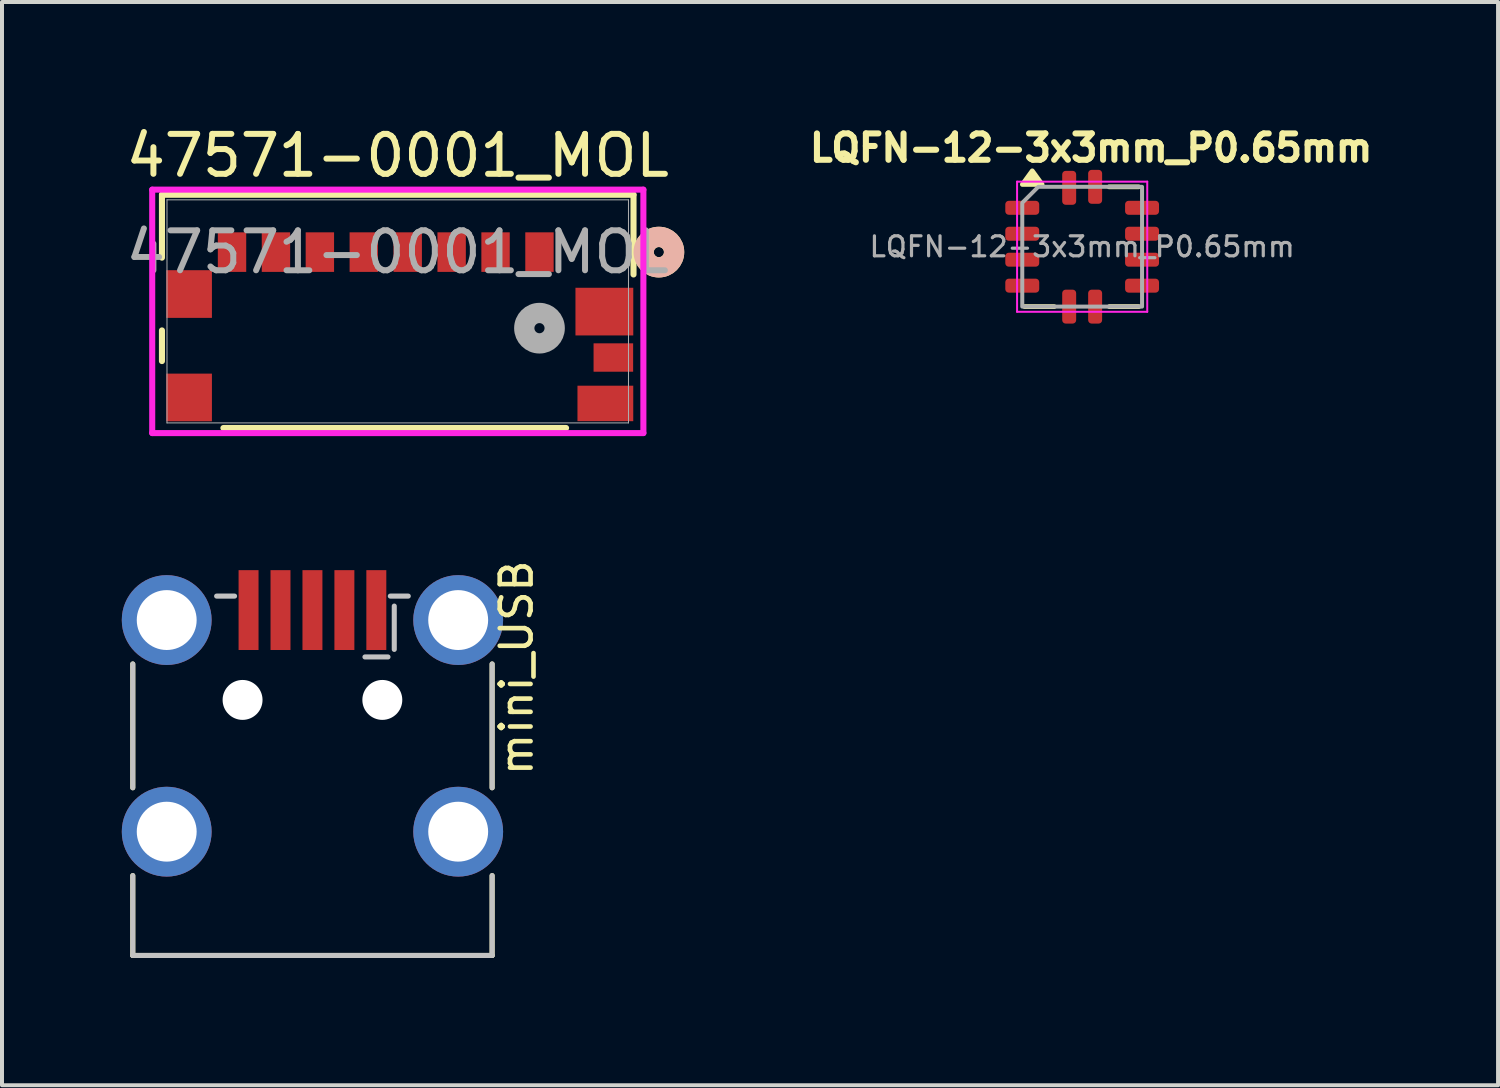
<source format=kicad_pcb>
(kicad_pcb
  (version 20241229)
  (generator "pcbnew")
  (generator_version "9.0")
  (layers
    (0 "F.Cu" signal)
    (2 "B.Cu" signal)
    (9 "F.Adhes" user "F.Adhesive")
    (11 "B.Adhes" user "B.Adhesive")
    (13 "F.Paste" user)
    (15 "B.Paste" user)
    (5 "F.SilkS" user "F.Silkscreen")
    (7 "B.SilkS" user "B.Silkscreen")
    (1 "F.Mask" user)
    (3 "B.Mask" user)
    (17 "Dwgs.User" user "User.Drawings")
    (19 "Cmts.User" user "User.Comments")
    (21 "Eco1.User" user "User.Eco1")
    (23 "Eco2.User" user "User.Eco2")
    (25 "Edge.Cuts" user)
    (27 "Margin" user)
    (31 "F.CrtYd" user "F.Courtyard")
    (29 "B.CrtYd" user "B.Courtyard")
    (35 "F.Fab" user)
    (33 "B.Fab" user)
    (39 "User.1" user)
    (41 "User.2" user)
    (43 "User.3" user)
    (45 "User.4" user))
  (footprint "LQFN-12-3x3mm_P0.65mm"
    (layer "F.Cu")
    (at 24.052 3.129)
    (property "Reference" "LQFN-12-3x3mm_P0.65mm" (at 0.225 -2.475 0) (layer "F.SilkS") (effects (font (size 0.66 0.66) (thickness 0.152) (bold yes))))
    (attr smd)
    (fp_line (start -0.7 1.5) (end -1.438 1.5) (stroke (width 0.12) (type solid)) (layer "F.SilkS"))
    (fp_line (start 0.675 -1.5) (end 1.413 -1.5) (stroke (width 0.12) (type solid)) (layer "F.SilkS"))
    (fp_line (start 1.419 1.5) (end 0.681 1.5) (stroke (width 0.12) (type solid)) (layer "F.SilkS"))
    (fp_poly (pts (xy -1.25 -1.9) (xy -1.003 -1.56) (xy -1.497 -1.56)) (stroke (width 0.12) (type solid)) (fill yes) (layer "F.SilkS"))
    (fp_line (start -1.63 -1.63) (end 1.63 -1.63) (stroke (width 0.05) (type solid)) (layer "F.CrtYd"))
    (fp_line (start -1.63 1.63) (end -1.63 -1.63) (stroke (width 0.05) (type solid)) (layer "F.CrtYd"))
    (fp_line (start 1.63 -1.63) (end 1.63 1.63) (stroke (width 0.05) (type solid)) (layer "F.CrtYd"))
    (fp_line (start 1.63 1.63) (end -1.63 1.63) (stroke (width 0.05) (type solid)) (layer "F.CrtYd"))
    (fp_poly (pts (xy -1.5 -1.1) (xy -1.5 1.5) (xy 1.5 1.5) (xy 1.5 -1.5) (xy -1.1 -1.5)) (stroke (width 0.1) (type solid)) (fill no) (layer "F.Fab"))
    (fp_text user "${REFERENCE}" (at 0 0 0) (layer "F.Fab") (effects (font (size 0.5 0.5) (thickness 0.08))))
    (pad "1" smd roundrect (at -1.5 -0.975 90) (size 0.35 0.85) (layers "F.Cu" "F.Mask" "F.Paste") (roundrect_rratio 0.25))
    (pad "2" smd roundrect (at -1.5 -0.325 90) (size 0.35 0.85) (layers "F.Cu" "F.Mask" "F.Paste") (roundrect_rratio 0.25))
    (pad "3" smd roundrect (at -1.5 0.325 90) (size 0.35 0.85) (layers "F.Cu" "F.Mask" "F.Paste") (roundrect_rratio 0.25))
    (pad "4" smd roundrect (at -1.5 0.975 90) (size 0.35 0.85) (layers "F.Cu" "F.Mask" "F.Paste") (roundrect_rratio 0.25))
    (pad "5" smd roundrect (at -0.325 1.5) (size 0.35 0.85) (layers "F.Cu" "F.Mask" "F.Paste") (roundrect_rratio 0.25))
    (pad "6" smd roundrect (at 0.325 1.5) (size 0.35 0.85) (layers "F.Cu" "F.Mask" "F.Paste") (roundrect_rratio 0.25))
    (pad "7" smd roundrect (at 1.5 0.975 90) (size 0.35 0.85) (layers "F.Cu" "F.Mask" "F.Paste") (roundrect_rratio 0.25))
    (pad "8" smd roundrect (at 1.5 0.325 90) (size 0.35 0.85) (layers "F.Cu" "F.Mask" "F.Paste") (roundrect_rratio 0.25))
    (pad "9" smd roundrect (at 1.5 -0.325 90) (size 0.35 0.85) (layers "F.Cu" "F.Mask" "F.Paste") (roundrect_rratio 0.25))
    (pad "10" smd roundrect (at 1.5 -0.975 90) (size 0.35 0.85) (layers "F.Cu" "F.Mask" "F.Paste") (roundrect_rratio 0.25))
    (pad "11" smd roundrect (at 0.325 -1.5) (size 0.35 0.85) (layers "F.Cu" "F.Mask" "F.Paste") (roundrect_rratio 0.25))
    (pad "12" smd roundrect (at -0.325 -1.475) (size 0.35 0.85) (layers "F.Cu" "F.Mask" "F.Paste") (roundrect_rratio 0.25)))
  (footprint "mini_USB"
    (layer "F.Cu")
    (at 4.775 20.879)
    (property "Reference" "mini_USB" (at 5.563 -4.445 270) (layer "F.SilkS") (effects (font (size 0.772 0.772) (thickness 0.116)) (justify left bottom)))
    (attr smd)
    (fp_line (start -4.5 -7.3) (end -4.5 -4.2) (stroke (width 0.127) (type solid)) (layer "F.SilkS"))
    (fp_line (start -4.5 -2) (end -4.5 0) (stroke (width 0.127) (type solid)) (layer "F.SilkS"))
    (fp_line (start -4.5 0) (end 4.5 0) (stroke (width 0.127) (type solid)) (layer "F.SilkS"))
    (fp_line (start 4.5 -7.3) (end 4.5 -4.2) (stroke (width 0.127) (type solid)) (layer "F.SilkS"))
    (fp_line (start 4.5 0) (end 4.5 -2) (stroke (width 0.127) (type solid)) (layer "F.SilkS"))
    (fp_line (start -4.5 -7.3) (end -4.5 -4.2) (stroke (width 0.127) (type solid)) (layer "Dwgs.User"))
    (fp_line (start -4.5 -2) (end -4.5 0) (stroke (width 0.127) (type solid)) (layer "Dwgs.User"))
    (fp_line (start -4.5 0) (end 4.5 0) (stroke (width 0.127) (type solid)) (layer "Dwgs.User"))
    (fp_line (start -1.95 -9) (end -2.4 -9) (stroke (width 0.127) (type solid)) (layer "Dwgs.User"))
    (fp_line (start 1.315 -7.476) (end 1.892 -7.476) (stroke (width 0.127) (type solid)) (layer "Dwgs.User"))
    (fp_line (start 1.95 -9) (end 2.4 -9) (stroke (width 0.127) (type solid)) (layer "Dwgs.User"))
    (fp_line (start 2.049 -7.665) (end 2.049 -8.75) (stroke (width 0.127) (type solid)) (layer "Dwgs.User"))
    (fp_line (start 4.5 -7.3) (end 4.5 -4.2) (stroke (width 0.127) (type solid)) (layer "Dwgs.User"))
    (fp_line (start 4.5 0) (end 4.5 -2) (stroke (width 0.127) (type solid)) (layer "Dwgs.User"))
    (pad "" np_thru_hole circle (at -1.75 -6.4) (size 1 1) (drill 1) (layers "*.Cu" "*.Mask"))
    (pad "" np_thru_hole circle (at 1.75 -6.4) (size 1 1) (drill 1) (layers "*.Cu" "*.Mask"))
    (pad "1" smd rect (at -1.6 -8.65 90) (size 2 0.5) (layers "F.Cu" "F.Mask" "F.Paste"))
    (pad "2" smd rect (at -0.8 -8.65 90) (size 2 0.5) (layers "F.Cu" "F.Mask" "F.Paste"))
    (pad "3" smd rect (at 0 -8.65 90) (size 2 0.5) (layers "F.Cu" "F.Mask" "F.Paste"))
    (pad "4" smd rect (at 0.8 -8.65 90) (size 2 0.5) (layers "F.Cu" "F.Mask" "F.Paste"))
    (pad "5" smd rect (at 1.6 -8.65 90) (size 2 0.5) (layers "F.Cu" "F.Mask" "F.Paste"))
    (pad "6" thru_hole circle (at -3.65 -8.4) (size 2.25 2.25) (drill 1.5) (layers "*.Cu" "*.Mask"))
    (pad "6" thru_hole circle (at -3.65 -3.1 90) (size 2.25 2.25) (drill 1.5) (layers "*.Cu" "*.Mask"))
    (pad "6" thru_hole circle (at 3.65 -8.4) (size 2.25 2.25) (drill 1.5) (layers "*.Cu" "*.Mask"))
    (pad "6" thru_hole circle (at 3.65 -3.1 90) (size 2.25 2.25) (drill 1.5) (layers "*.Cu" "*.Mask")))
  (footprint "47571-0001_MOL"
    (layer "F.Cu")
    (at 6.911 4.748)
    (property "Reference" "47571-0001_MOL" (at 0 -3.9 0) (unlocked yes) (layer "F.SilkS") (effects (font (size 1 1) (thickness 0.15))))
    (attr smd)
    (fp_line (start -5.905 -2.921) (end -5.905 -1.345) (stroke (width 0.152) (type solid)) (layer "F.SilkS"))
    (fp_line (start -5.905 0.477) (end -5.905 1.245) (stroke (width 0.152) (type solid)) (layer "F.SilkS"))
    (fp_line (start -4.366 2.921) (end 4.216 2.921) (stroke (width 0.152) (type solid)) (layer "F.SilkS"))
    (fp_line (start 5.905 -2.921) (end -5.905 -2.921) (stroke (width 0.152) (type solid)) (layer "F.SilkS"))
    (fp_line (start 5.905 -0.924) (end 5.905 -2.921) (stroke (width 0.152) (type solid)) (layer "F.SilkS"))
    (fp_circle (center 6.54 -1.484) (end 6.921 -1.484) (stroke (width 0.508) (type solid)) (fill no) (layer "F.SilkS"))
    (fp_circle (center 6.54 -1.484) (end 6.921 -1.484) (stroke (width 0.508) (type solid)) (fill no) (layer "B.SilkS"))
    (fp_line (start -6.149 -3.048) (end -6.149 3.048) (stroke (width 0.152) (type solid)) (layer "F.CrtYd"))
    (fp_line (start -6.149 3.048) (end 6.152 3.048) (stroke (width 0.152) (type solid)) (layer "F.CrtYd"))
    (fp_line (start 6.152 -3.048) (end -6.149 -3.048) (stroke (width 0.152) (type solid)) (layer "F.CrtYd"))
    (fp_line (start 6.152 3.048) (end 6.152 -3.048) (stroke (width 0.152) (type solid)) (layer "F.CrtYd"))
    (fp_line (start -5.779 -2.794) (end -5.779 2.794) (stroke (width 0.025) (type solid)) (layer "F.Fab"))
    (fp_line (start -5.779 2.794) (end 5.779 2.794) (stroke (width 0.025) (type solid)) (layer "F.Fab"))
    (fp_line (start 5.779 -2.794) (end -5.779 -2.794) (stroke (width 0.025) (type solid)) (layer "F.Fab"))
    (fp_line (start 5.779 2.794) (end 5.779 -2.794) (stroke (width 0.025) (type solid)) (layer "F.Fab"))
    (fp_circle (center 3.55 0.421) (end 3.931 0.421) (stroke (width 0.508) (type solid)) (fill no) (layer "F.Fab"))
    (fp_text user "${REFERENCE}" (at 0 -1.484 0) (unlocked yes) (layer "F.Fab") (effects (font (size 1 1) (thickness 0.15))))
    (pad "G1" smd rect (at -5.225 -0.434 90) (size 1.194 1.143) (layers "F.Cu" "F.Mask" "F.Paste"))
    (pad "G2" smd rect (at -5.225 2.156 90) (size 1.194 1.143) (layers "F.Cu" "F.Mask" "F.Paste"))
    (pad "G3" smd rect (at 5.175 0.006 90) (size 1.194 1.448) (layers "F.Cu" "F.Mask" "F.Paste"))
    (pad "G4" smd rect (at 5.4 1.156) (size 0.991 0.711) (layers "F.Cu" "F.Mask" "F.Paste"))
    (pad "G5" smd rect (at 5.2 2.306) (size 1.397 0.889) (layers "F.Cu" "F.Mask" "F.Paste"))
    (pad "P1" smd rect (at 3.55 -1.484) (size 0.711 0.991) (layers "F.Cu" "F.Mask" "F.Paste"))
    (pad "P2" smd rect (at 2.45 -1.484) (size 0.711 0.991) (layers "F.Cu" "F.Mask" "F.Paste"))
    (pad "P3" smd rect (at 1.35 -1.484) (size 0.711 0.991) (layers "F.Cu" "F.Mask" "F.Paste"))
    (pad "P4" smd rect (at 0.25 -1.484) (size 0.711 0.991) (layers "F.Cu" "F.Mask" "F.Paste"))
    (pad "P5" smd rect (at -0.85 -1.484) (size 0.711 0.991) (layers "F.Cu" "F.Mask" "F.Paste"))
    (pad "P6" smd rect (at -1.95 -1.484) (size 0.711 0.991) (layers "F.Cu" "F.Mask" "F.Paste"))
    (pad "P7" smd rect (at -3.05 -1.484) (size 0.711 0.991) (layers "F.Cu" "F.Mask" "F.Paste"))
    (pad "P8" smd rect (at -4.15 -1.484) (size 0.711 0.991) (layers "F.Cu" "F.Mask" "F.Paste")))
  (gr_rect
    (start -3 -3)
    (end 34.468 24.129)
    (stroke (width 0.1) (type default))
    (fill no)
    (layer "Edge.Cuts")))
</source>
